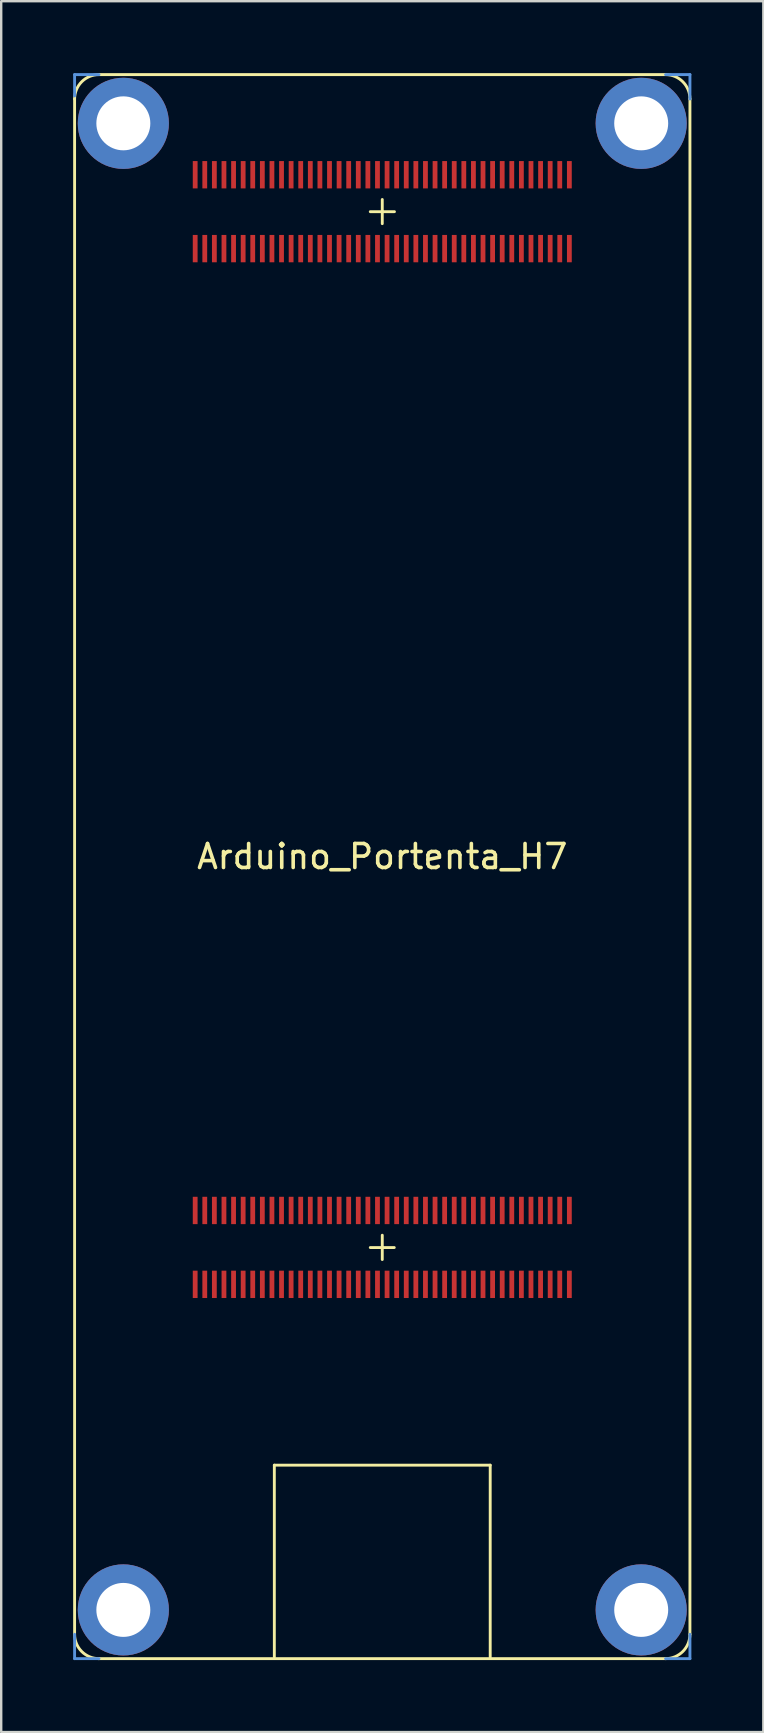
<source format=kicad_pcb>
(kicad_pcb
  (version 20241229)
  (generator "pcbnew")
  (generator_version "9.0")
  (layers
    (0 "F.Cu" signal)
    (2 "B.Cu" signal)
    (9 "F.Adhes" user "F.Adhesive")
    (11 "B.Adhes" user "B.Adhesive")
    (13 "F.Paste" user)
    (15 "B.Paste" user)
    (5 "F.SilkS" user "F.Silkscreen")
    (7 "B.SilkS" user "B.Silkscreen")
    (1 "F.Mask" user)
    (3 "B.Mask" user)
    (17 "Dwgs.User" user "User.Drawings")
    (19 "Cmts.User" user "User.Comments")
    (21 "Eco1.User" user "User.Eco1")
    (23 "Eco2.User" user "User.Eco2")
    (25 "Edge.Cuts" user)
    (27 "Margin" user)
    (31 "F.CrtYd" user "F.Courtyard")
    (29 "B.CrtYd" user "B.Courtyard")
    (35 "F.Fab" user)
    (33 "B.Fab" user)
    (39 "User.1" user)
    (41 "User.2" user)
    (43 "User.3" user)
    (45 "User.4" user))
  (footprint "Arduino_Portenta_H7"
    (layer "F.Cu")
    (at 12.887 33.08)
    (property "Reference" "Arduino_Portenta_H7" (at 0 -0.419 0) (layer "F.SilkS") (effects (font (size 1 1) (thickness 0.15))))
    (attr through_hole)
    (fp_line (start -12.827 32.004) (end -12.827 -32.004) (stroke (width 0.12) (type solid)) (layer "F.SilkS"))
    (fp_line (start -11.811 -33.02) (end 11.811 -33.02) (stroke (width 0.12) (type solid)) (layer "F.SilkS"))
    (fp_line (start -4.5 24.954) (end -4.5 32.954) (stroke (width 0.12) (type solid)) (layer "F.SilkS"))
    (fp_line (start 0 -27.813) (end 0 -27.313) (stroke (width 0.12) (type solid)) (layer "F.SilkS"))
    (fp_line (start 0 -27.305) (end -0.5 -27.305) (stroke (width 0.12) (type solid)) (layer "F.SilkS"))
    (fp_line (start 0 -27.305) (end 0 -26.805) (stroke (width 0.12) (type solid)) (layer "F.SilkS"))
    (fp_line (start 0 -27.305) (end 0.508 -27.305) (stroke (width 0.12) (type solid)) (layer "F.SilkS"))
    (fp_line (start 0 15.867) (end 0 15.367) (stroke (width 0.12) (type solid)) (layer "F.SilkS"))
    (fp_line (start 0 15.881) (end -0.5 15.881) (stroke (width 0.12) (type solid)) (layer "F.SilkS"))
    (fp_line (start 0 15.881) (end 0 16.381) (stroke (width 0.12) (type solid)) (layer "F.SilkS"))
    (fp_line (start 0 15.881) (end 0.5 15.881) (stroke (width 0.12) (type solid)) (layer "F.SilkS"))
    (fp_line (start 4.5 24.954) (end -4.5 24.954) (stroke (width 0.12) (type solid)) (layer "F.SilkS"))
    (fp_line (start 4.5 32.954) (end 4.5 24.954) (stroke (width 0.12) (type solid)) (layer "F.SilkS"))
    (fp_line (start 11.811 33.02) (end -11.811 33.02) (stroke (width 0.12) (type solid)) (layer "F.SilkS"))
    (fp_line (start 12.827 -32.004) (end 12.827 32.004) (stroke (width 0.12) (type solid)) (layer "F.SilkS"))
    (fp_arc (start -12.827 -32.004) (mid -12.52942 -32.72242) (end -11.811 -33.02) (stroke (width 0.12) (type solid)) (layer "F.SilkS"))
    (fp_arc (start -11.811 33.02) (mid -12.52942 32.72242) (end -12.827 32.004) (stroke (width 0.12) (type solid)) (layer "F.SilkS"))
    (fp_arc (start 11.811 -33.02) (mid 12.52942 -32.72242) (end 12.827 -32.004) (stroke (width 0.12) (type solid)) (layer "F.SilkS"))
    (fp_arc (start 12.827 32.004) (mid 12.52942 32.72242) (end 11.811 33.02) (stroke (width 0.12) (type solid)) (layer "F.SilkS"))
    (fp_line (start -12.827 -33.02) (end -12.827 -32.131) (stroke (width 0.12) (type solid)) (layer "Cmts.User"))
    (fp_line (start -12.827 33.02) (end -12.827 32.004) (stroke (width 0.12) (type solid)) (layer "Cmts.User"))
    (fp_line (start -11.811 -33.02) (end -12.827 -33.02) (stroke (width 0.12) (type solid)) (layer "Cmts.User"))
    (fp_line (start -11.811 33.02) (end -12.827 33.02) (stroke (width 0.12) (type solid)) (layer "Cmts.User"))
    (fp_line (start 11.811 33.02) (end 12.827 33.02) (stroke (width 0.12) (type solid)) (layer "Cmts.User"))
    (fp_line (start 12.827 -33.02) (end 11.811 -33.02) (stroke (width 0.12) (type solid)) (layer "Cmts.User"))
    (fp_line (start 12.827 -32.004) (end 12.827 -33.02) (stroke (width 0.12) (type solid)) (layer "Cmts.User"))
    (fp_line (start 12.827 33.02) (end 12.827 32.004) (stroke (width 0.12) (type solid)) (layer "Cmts.User"))
    (pad "1" smd trapezoid (at -7.8 -28.845) (size 0.2 1.14) (layers "F.Cu" "F.Mask" "F.Paste"))
    (pad "2" smd trapezoid (at -7.8 -25.765) (size 0.2 1.14) (layers "F.Cu" "F.Mask" "F.Paste"))
    (pad "3" smd trapezoid (at -7.4 -28.845) (size 0.2 1.14) (layers "F.Cu" "F.Mask" "F.Paste"))
    (pad "4" smd trapezoid (at -7.4 -25.765) (size 0.2 1.14) (layers "F.Cu" "F.Mask" "F.Paste"))
    (pad "5" smd trapezoid (at -7 -28.845) (size 0.2 1.14) (layers "F.Cu" "F.Mask" "F.Paste"))
    (pad "6" smd trapezoid (at -7 -25.765) (size 0.2 1.14) (layers "F.Cu" "F.Mask" "F.Paste"))
    (pad "7" smd trapezoid (at -6.6 -28.845) (size 0.2 1.14) (layers "F.Cu" "F.Mask" "F.Paste"))
    (pad "8" smd trapezoid (at -6.6 -25.765) (size 0.2 1.14) (layers "F.Cu" "F.Mask" "F.Paste"))
    (pad "9" smd trapezoid (at -6.2 -28.845) (size 0.2 1.14) (layers "F.Cu" "F.Mask" "F.Paste"))
    (pad "10" smd trapezoid (at -6.2 -25.765) (size 0.2 1.14) (layers "F.Cu" "F.Mask" "F.Paste"))
    (pad "11" smd trapezoid (at -5.8 -28.845) (size 0.2 1.14) (layers "F.Cu" "F.Mask" "F.Paste"))
    (pad "12" smd trapezoid (at -5.8 -25.765) (size 0.2 1.14) (layers "F.Cu" "F.Mask" "F.Paste"))
    (pad "13" smd trapezoid (at -5.4 -28.845) (size 0.2 1.14) (layers "F.Cu" "F.Mask" "F.Paste"))
    (pad "14" smd trapezoid (at -5.4 -25.765) (size 0.2 1.14) (layers "F.Cu" "F.Mask" "F.Paste"))
    (pad "15" smd trapezoid (at -5 -28.845) (size 0.2 1.14) (layers "F.Cu" "F.Mask" "F.Paste"))
    (pad "16" smd trapezoid (at -5 -25.765) (size 0.2 1.14) (layers "F.Cu" "F.Mask" "F.Paste"))
    (pad "17" smd trapezoid (at -4.6 -28.845) (size 0.2 1.14) (layers "F.Cu" "F.Mask" "F.Paste"))
    (pad "18" smd trapezoid (at -4.6 -25.765) (size 0.2 1.14) (layers "F.Cu" "F.Mask" "F.Paste"))
    (pad "19" smd trapezoid (at -4.2 -28.845) (size 0.2 1.14) (layers "F.Cu" "F.Mask" "F.Paste"))
    (pad "20" smd trapezoid (at -4.2 -25.765) (size 0.2 1.14) (layers "F.Cu" "F.Mask" "F.Paste"))
    (pad "21" smd trapezoid (at -3.8 -28.845) (size 0.2 1.14) (layers "F.Cu" "F.Mask" "F.Paste"))
    (pad "22" smd trapezoid (at -3.8 -25.765) (size 0.2 1.14) (layers "F.Cu" "F.Mask" "F.Paste"))
    (pad "23" smd trapezoid (at -3.4 -28.845) (size 0.2 1.14) (layers "F.Cu" "F.Mask" "F.Paste"))
    (pad "24" smd trapezoid (at -3.4 -25.765) (size 0.2 1.14) (layers "F.Cu" "F.Mask" "F.Paste"))
    (pad "25" smd trapezoid (at -3 -28.845) (size 0.2 1.14) (layers "F.Cu" "F.Mask" "F.Paste"))
    (pad "26" smd trapezoid (at -3 -25.765) (size 0.2 1.14) (layers "F.Cu" "F.Mask" "F.Paste"))
    (pad "27" smd trapezoid (at -2.6 -28.845) (size 0.2 1.14) (layers "F.Cu" "F.Mask" "F.Paste"))
    (pad "28" smd trapezoid (at -2.6 -25.765) (size 0.2 1.14) (layers "F.Cu" "F.Mask" "F.Paste"))
    (pad "29" smd trapezoid (at -2.2 -28.845) (size 0.2 1.14) (layers "F.Cu" "F.Mask" "F.Paste"))
    (pad "30" smd trapezoid (at -2.2 -25.765) (size 0.2 1.14) (layers "F.Cu" "F.Mask" "F.Paste"))
    (pad "31" smd trapezoid (at -1.8 -28.845) (size 0.2 1.14) (layers "F.Cu" "F.Mask" "F.Paste"))
    (pad "32" smd trapezoid (at -1.8 -25.765) (size 0.2 1.14) (layers "F.Cu" "F.Mask" "F.Paste"))
    (pad "33" smd trapezoid (at -1.4 -28.845) (size 0.2 1.14) (layers "F.Cu" "F.Mask" "F.Paste"))
    (pad "34" smd trapezoid (at -1.4 -25.765) (size 0.2 1.14) (layers "F.Cu" "F.Mask" "F.Paste"))
    (pad "35" smd trapezoid (at -1 -28.845) (size 0.2 1.14) (layers "F.Cu" "F.Mask" "F.Paste"))
    (pad "36" smd trapezoid (at -1 -25.765) (size 0.2 1.14) (layers "F.Cu" "F.Mask" "F.Paste"))
    (pad "37" smd trapezoid (at -0.6 -28.845) (size 0.2 1.14) (layers "F.Cu" "F.Mask" "F.Paste"))
    (pad "38" smd trapezoid (at -0.6 -25.765) (size 0.2 1.14) (layers "F.Cu" "F.Mask" "F.Paste"))
    (pad "39" smd trapezoid (at -0.2 -28.845) (size 0.2 1.14) (layers "F.Cu" "F.Mask" "F.Paste"))
    (pad "40" smd trapezoid (at -0.2 -25.765) (size 0.2 1.14) (layers "F.Cu" "F.Mask" "F.Paste"))
    (pad "41" smd trapezoid (at 0.2 -28.845) (size 0.2 1.14) (layers "F.Cu" "F.Mask" "F.Paste"))
    (pad "42" smd trapezoid (at 0.2 -25.765) (size 0.2 1.14) (layers "F.Cu" "F.Mask" "F.Paste"))
    (pad "43" smd trapezoid (at 0.6 -28.845) (size 0.2 1.14) (layers "F.Cu" "F.Mask" "F.Paste"))
    (pad "44" smd trapezoid (at 0.6 -25.765) (size 0.2 1.14) (layers "F.Cu" "F.Mask" "F.Paste"))
    (pad "45" smd trapezoid (at 1 -28.845) (size 0.2 1.14) (layers "F.Cu" "F.Mask" "F.Paste"))
    (pad "46" smd trapezoid (at 1 -25.765) (size 0.2 1.14) (layers "F.Cu" "F.Mask" "F.Paste"))
    (pad "47" smd trapezoid (at 1.4 -28.845) (size 0.2 1.14) (layers "F.Cu" "F.Mask" "F.Paste"))
    (pad "48" smd trapezoid (at 1.4 -25.765) (size 0.2 1.14) (layers "F.Cu" "F.Mask" "F.Paste"))
    (pad "49" smd trapezoid (at 1.8 -28.845) (size 0.2 1.14) (layers "F.Cu" "F.Mask" "F.Paste"))
    (pad "50" smd trapezoid (at 1.8 -25.765) (size 0.2 1.14) (layers "F.Cu" "F.Mask" "F.Paste"))
    (pad "51" smd trapezoid (at 2.2 -28.845) (size 0.2 1.14) (layers "F.Cu" "F.Mask" "F.Paste"))
    (pad "52" smd trapezoid (at 2.2 -25.765) (size 0.2 1.14) (layers "F.Cu" "F.Mask" "F.Paste"))
    (pad "53" smd trapezoid (at 2.6 -28.845) (size 0.2 1.14) (layers "F.Cu" "F.Mask" "F.Paste"))
    (pad "54" smd trapezoid (at 2.6 -25.765) (size 0.2 1.14) (layers "F.Cu" "F.Mask" "F.Paste"))
    (pad "55" smd trapezoid (at 3 -28.845) (size 0.2 1.14) (layers "F.Cu" "F.Mask" "F.Paste"))
    (pad "56" smd trapezoid (at 3 -25.765) (size 0.2 1.14) (layers "F.Cu" "F.Mask" "F.Paste"))
    (pad "57" smd trapezoid (at 3.4 -28.845) (size 0.2 1.14) (layers "F.Cu" "F.Mask" "F.Paste"))
    (pad "58" smd trapezoid (at 3.4 -25.765) (size 0.2 1.14) (layers "F.Cu" "F.Mask" "F.Paste"))
    (pad "59" smd trapezoid (at 3.8 -28.845) (size 0.2 1.14) (layers "F.Cu" "F.Mask" "F.Paste"))
    (pad "60" smd trapezoid (at 3.8 -25.765) (size 0.2 1.14) (layers "F.Cu" "F.Mask" "F.Paste"))
    (pad "61" smd trapezoid (at 4.2 -28.845) (size 0.2 1.14) (layers "F.Cu" "F.Mask" "F.Paste"))
    (pad "62" smd trapezoid (at 4.2 -25.765) (size 0.2 1.14) (layers "F.Cu" "F.Mask" "F.Paste"))
    (pad "63" smd trapezoid (at 4.6 -28.845) (size 0.2 1.14) (layers "F.Cu" "F.Mask" "F.Paste"))
    (pad "64" smd trapezoid (at 4.6 -25.765) (size 0.2 1.14) (layers "F.Cu" "F.Mask" "F.Paste"))
    (pad "65" smd trapezoid (at 5 -28.845) (size 0.2 1.14) (layers "F.Cu" "F.Mask" "F.Paste"))
    (pad "66" smd trapezoid (at 5 -25.765) (size 0.2 1.14) (layers "F.Cu" "F.Mask" "F.Paste"))
    (pad "67" smd trapezoid (at 5.4 -28.845) (size 0.2 1.14) (layers "F.Cu" "F.Mask" "F.Paste"))
    (pad "68" smd trapezoid (at 5.4 -25.765) (size 0.2 1.14) (layers "F.Cu" "F.Mask" "F.Paste"))
    (pad "69" smd trapezoid (at 5.8 -28.845) (size 0.2 1.14) (layers "F.Cu" "F.Mask" "F.Paste"))
    (pad "70" smd trapezoid (at 5.8 -25.765) (size 0.2 1.14) (layers "F.Cu" "F.Mask" "F.Paste"))
    (pad "71" smd trapezoid (at 6.2 -28.845) (size 0.2 1.14) (layers "F.Cu" "F.Mask" "F.Paste"))
    (pad "72" smd trapezoid (at 6.2 -25.765) (size 0.2 1.14) (layers "F.Cu" "F.Mask" "F.Paste"))
    (pad "73" smd trapezoid (at 6.6 -28.845) (size 0.2 1.14) (layers "F.Cu" "F.Mask" "F.Paste"))
    (pad "74" smd trapezoid (at 6.6 -25.765) (size 0.2 1.14) (layers "F.Cu" "F.Mask" "F.Paste"))
    (pad "75" smd trapezoid (at 7 -28.845) (size 0.2 1.14) (layers "F.Cu" "F.Mask" "F.Paste"))
    (pad "76" smd trapezoid (at 7 -25.765) (size 0.2 1.14) (layers "F.Cu" "F.Mask" "F.Paste"))
    (pad "77" smd trapezoid (at 7.4 -28.845) (size 0.2 1.14) (layers "F.Cu" "F.Mask" "F.Paste"))
    (pad "78" smd trapezoid (at 7.4 -25.765) (size 0.2 1.14) (layers "F.Cu" "F.Mask" "F.Paste"))
    (pad "79" smd trapezoid (at 7.8 -28.845) (size 0.2 1.14) (layers "F.Cu" "F.Mask" "F.Paste"))
    (pad "80" smd trapezoid (at 7.8 -25.765) (size 0.2 1.14) (layers "F.Cu" "F.Mask" "F.Paste"))
    (pad "81" smd trapezoid (at -7.8 14.335) (size 0.2 1.14) (layers "F.Cu" "F.Mask" "F.Paste"))
    (pad "82" smd trapezoid (at -7.8 17.415) (size 0.2 1.14) (layers "F.Cu" "F.Mask" "F.Paste"))
    (pad "83" smd trapezoid (at -7.4 14.335) (size 0.2 1.14) (layers "F.Cu" "F.Mask" "F.Paste"))
    (pad "84" smd trapezoid (at -7.4 17.415) (size 0.2 1.14) (layers "F.Cu" "F.Mask" "F.Paste"))
    (pad "85" smd trapezoid (at -7 14.335) (size 0.2 1.14) (layers "F.Cu" "F.Mask" "F.Paste"))
    (pad "86" smd trapezoid (at -7 17.415) (size 0.2 1.14) (layers "F.Cu" "F.Mask" "F.Paste"))
    (pad "87" smd trapezoid (at -6.6 14.335) (size 0.2 1.14) (layers "F.Cu" "F.Mask" "F.Paste"))
    (pad "88" smd trapezoid (at -6.6 17.415) (size 0.2 1.14) (layers "F.Cu" "F.Mask" "F.Paste"))
    (pad "89" smd trapezoid (at -6.2 14.335) (size 0.2 1.14) (layers "F.Cu" "F.Mask" "F.Paste"))
    (pad "90" smd trapezoid (at -6.2 17.415) (size 0.2 1.14) (layers "F.Cu" "F.Mask" "F.Paste"))
    (pad "91" smd trapezoid (at -5.8 14.335) (size 0.2 1.14) (layers "F.Cu" "F.Mask" "F.Paste"))
    (pad "92" smd trapezoid (at -5.8 17.415) (size 0.2 1.14) (layers "F.Cu" "F.Mask" "F.Paste"))
    (pad "93" smd trapezoid (at -5.4 14.335) (size 0.2 1.14) (layers "F.Cu" "F.Mask" "F.Paste"))
    (pad "94" smd trapezoid (at -5.4 17.415) (size 0.2 1.14) (layers "F.Cu" "F.Mask" "F.Paste"))
    (pad "95" smd trapezoid (at -5 14.335) (size 0.2 1.14) (layers "F.Cu" "F.Mask" "F.Paste"))
    (pad "96" smd trapezoid (at -5 17.415) (size 0.2 1.14) (layers "F.Cu" "F.Mask" "F.Paste"))
    (pad "97" smd trapezoid (at -4.6 14.335) (size 0.2 1.14) (layers "F.Cu" "F.Mask" "F.Paste"))
    (pad "98" smd trapezoid (at -4.6 17.415) (size 0.2 1.14) (layers "F.Cu" "F.Mask" "F.Paste"))
    (pad "99" smd trapezoid (at -4.2 14.335) (size 0.2 1.14) (layers "F.Cu" "F.Mask" "F.Paste"))
    (pad "100" smd trapezoid (at -4.2 17.415) (size 0.2 1.14) (layers "F.Cu" "F.Mask" "F.Paste"))
    (pad "101" smd trapezoid (at -3.8 14.335) (size 0.2 1.14) (layers "F.Cu" "F.Mask" "F.Paste"))
    (pad "102" smd trapezoid (at -3.8 17.415) (size 0.2 1.14) (layers "F.Cu" "F.Mask" "F.Paste"))
    (pad "103" smd trapezoid (at -3.4 14.335) (size 0.2 1.14) (layers "F.Cu" "F.Mask" "F.Paste"))
    (pad "104" smd trapezoid (at -3.4 17.415) (size 0.2 1.14) (layers "F.Cu" "F.Mask" "F.Paste"))
    (pad "105" smd trapezoid (at -3 14.335) (size 0.2 1.14) (layers "F.Cu" "F.Mask" "F.Paste"))
    (pad "106" smd trapezoid (at -3 17.415) (size 0.2 1.14) (layers "F.Cu" "F.Mask" "F.Paste"))
    (pad "107" smd trapezoid (at -2.6 14.335) (size 0.2 1.14) (layers "F.Cu" "F.Mask" "F.Paste"))
    (pad "108" smd trapezoid (at -2.6 17.415) (size 0.2 1.14) (layers "F.Cu" "F.Mask" "F.Paste"))
    (pad "109" smd trapezoid (at -2.2 14.335) (size 0.2 1.14) (layers "F.Cu" "F.Mask" "F.Paste"))
    (pad "110" smd trapezoid (at -2.2 17.415) (size 0.2 1.14) (layers "F.Cu" "F.Mask" "F.Paste"))
    (pad "111" smd trapezoid (at -1.8 14.335) (size 0.2 1.14) (layers "F.Cu" "F.Mask" "F.Paste"))
    (pad "112" smd trapezoid (at -1.8 17.415) (size 0.2 1.14) (layers "F.Cu" "F.Mask" "F.Paste"))
    (pad "113" smd trapezoid (at -1.4 14.335) (size 0.2 1.14) (layers "F.Cu" "F.Mask" "F.Paste"))
    (pad "114" smd trapezoid (at -1.4 17.415) (size 0.2 1.14) (layers "F.Cu" "F.Mask" "F.Paste"))
    (pad "115" smd trapezoid (at -1 14.335) (size 0.2 1.14) (layers "F.Cu" "F.Mask" "F.Paste"))
    (pad "116" smd trapezoid (at -1 17.415) (size 0.2 1.14) (layers "F.Cu" "F.Mask" "F.Paste"))
    (pad "117" smd trapezoid (at -0.6 14.335) (size 0.2 1.14) (layers "F.Cu" "F.Mask" "F.Paste"))
    (pad "118" smd trapezoid (at -0.6 17.415) (size 0.2 1.14) (layers "F.Cu" "F.Mask" "F.Paste"))
    (pad "119" smd trapezoid (at -0.2 14.335) (size 0.2 1.14) (layers "F.Cu" "F.Mask" "F.Paste"))
    (pad "120" smd trapezoid (at -0.2 17.415) (size 0.2 1.14) (layers "F.Cu" "F.Mask" "F.Paste"))
    (pad "121" smd trapezoid (at 0.2 14.335) (size 0.2 1.14) (layers "F.Cu" "F.Mask" "F.Paste"))
    (pad "122" smd trapezoid (at 0.2 17.415) (size 0.2 1.14) (layers "F.Cu" "F.Mask" "F.Paste"))
    (pad "123" smd trapezoid (at 0.6 14.335) (size 0.2 1.14) (layers "F.Cu" "F.Mask" "F.Paste"))
    (pad "124" smd trapezoid (at 0.6 17.415) (size 0.2 1.14) (layers "F.Cu" "F.Mask" "F.Paste"))
    (pad "125" smd trapezoid (at 1 14.335) (size 0.2 1.14) (layers "F.Cu" "F.Mask" "F.Paste"))
    (pad "126" smd trapezoid (at 1 17.415) (size 0.2 1.14) (layers "F.Cu" "F.Mask" "F.Paste"))
    (pad "127" smd trapezoid (at 1.4 14.335) (size 0.2 1.14) (layers "F.Cu" "F.Mask" "F.Paste"))
    (pad "128" smd trapezoid (at 1.4 17.415) (size 0.2 1.14) (layers "F.Cu" "F.Mask" "F.Paste"))
    (pad "129" smd trapezoid (at 1.8 14.335) (size 0.2 1.14) (layers "F.Cu" "F.Mask" "F.Paste"))
    (pad "130" smd trapezoid (at 1.8 17.415) (size 0.2 1.14) (layers "F.Cu" "F.Mask" "F.Paste"))
    (pad "131" smd trapezoid (at 2.2 14.335) (size 0.2 1.14) (layers "F.Cu" "F.Mask" "F.Paste"))
    (pad "132" smd trapezoid (at 2.2 17.415) (size 0.2 1.14) (layers "F.Cu" "F.Mask" "F.Paste"))
    (pad "133" smd trapezoid (at 2.6 14.335) (size 0.2 1.14) (layers "F.Cu" "F.Mask" "F.Paste"))
    (pad "134" smd trapezoid (at 2.6 17.415) (size 0.2 1.14) (layers "F.Cu" "F.Mask" "F.Paste"))
    (pad "135" smd trapezoid (at 3 14.335) (size 0.2 1.14) (layers "F.Cu" "F.Mask" "F.Paste"))
    (pad "136" smd trapezoid (at 3 17.415) (size 0.2 1.14) (layers "F.Cu" "F.Mask" "F.Paste"))
    (pad "137" smd trapezoid (at 3.4 14.335) (size 0.2 1.14) (layers "F.Cu" "F.Mask" "F.Paste"))
    (pad "138" smd trapezoid (at 3.4 17.415) (size 0.2 1.14) (layers "F.Cu" "F.Mask" "F.Paste"))
    (pad "139" smd trapezoid (at 3.8 14.335) (size 0.2 1.14) (layers "F.Cu" "F.Mask" "F.Paste"))
    (pad "140" smd trapezoid (at 3.8 17.415) (size 0.2 1.14) (layers "F.Cu" "F.Mask" "F.Paste"))
    (pad "141" smd trapezoid (at 4.2 14.335) (size 0.2 1.14) (layers "F.Cu" "F.Mask" "F.Paste"))
    (pad "142" smd trapezoid (at 4.2 17.415) (size 0.2 1.14) (layers "F.Cu" "F.Mask" "F.Paste"))
    (pad "143" smd trapezoid (at 4.6 14.335) (size 0.2 1.14) (layers "F.Cu" "F.Mask" "F.Paste"))
    (pad "144" smd trapezoid (at 4.6 17.415) (size 0.2 1.14) (layers "F.Cu" "F.Mask" "F.Paste"))
    (pad "145" smd trapezoid (at 5 14.335) (size 0.2 1.14) (layers "F.Cu" "F.Mask" "F.Paste"))
    (pad "146" smd trapezoid (at 5 17.415) (size 0.2 1.14) (layers "F.Cu" "F.Mask" "F.Paste"))
    (pad "147" smd trapezoid (at 5.4 14.335) (size 0.2 1.14) (layers "F.Cu" "F.Mask" "F.Paste"))
    (pad "148" smd trapezoid (at 5.4 17.415) (size 0.2 1.14) (layers "F.Cu" "F.Mask" "F.Paste"))
    (pad "149" smd trapezoid (at 5.8 14.335) (size 0.2 1.14) (layers "F.Cu" "F.Mask" "F.Paste"))
    (pad "150" smd trapezoid (at 5.8 17.415) (size 0.2 1.14) (layers "F.Cu" "F.Mask" "F.Paste"))
    (pad "151" smd trapezoid (at 6.2 14.335) (size 0.2 1.14) (layers "F.Cu" "F.Mask" "F.Paste"))
    (pad "152" smd trapezoid (at 6.2 17.415) (size 0.2 1.14) (layers "F.Cu" "F.Mask" "F.Paste"))
    (pad "153" smd trapezoid (at 6.6 14.335) (size 0.2 1.14) (layers "F.Cu" "F.Mask" "F.Paste"))
    (pad "154" smd trapezoid (at 6.6 17.415) (size 0.2 1.14) (layers "F.Cu" "F.Mask" "F.Paste"))
    (pad "155" smd trapezoid (at 7 14.335) (size 0.2 1.14) (layers "F.Cu" "F.Mask" "F.Paste"))
    (pad "156" smd trapezoid (at 7 17.415) (size 0.2 1.14) (layers "F.Cu" "F.Mask" "F.Paste"))
    (pad "157" smd trapezoid (at 7.4 14.335) (size 0.2 1.14) (layers "F.Cu" "F.Mask" "F.Paste"))
    (pad "158" smd trapezoid (at 7.4 17.415) (size 0.2 1.14) (layers "F.Cu" "F.Mask" "F.Paste"))
    (pad "159" smd trapezoid (at 7.8 14.335) (size 0.2 1.14) (layers "F.Cu" "F.Mask" "F.Paste"))
    (pad "160" smd trapezoid (at 7.8 17.415) (size 0.2 1.14) (layers "F.Cu" "F.Mask" "F.Paste"))
    (pad "161" thru_hole circle (at -10.795 -30.988) (size 3.8 3.8) (drill 2.25) (layers "*.Cu" "*.Mask"))
    (pad "161" thru_hole circle (at -10.795 30.988) (size 3.8 3.8) (drill 2.25) (layers "*.Cu" "*.Mask"))
    (pad "161" thru_hole circle (at 10.795 -30.988) (size 3.8 3.8) (drill 2.25) (layers "*.Cu" "*.Mask"))
    (pad "161" thru_hole circle (at 10.795 30.988) (size 3.8 3.8) (drill 2.25) (layers "*.Cu" "*.Mask")))
  (gr_rect
    (start -3 -3)
    (end 28.774 69.16)
    (stroke (width 0.1) (type default))
    (fill no)
    (layer "Edge.Cuts")))
</source>
